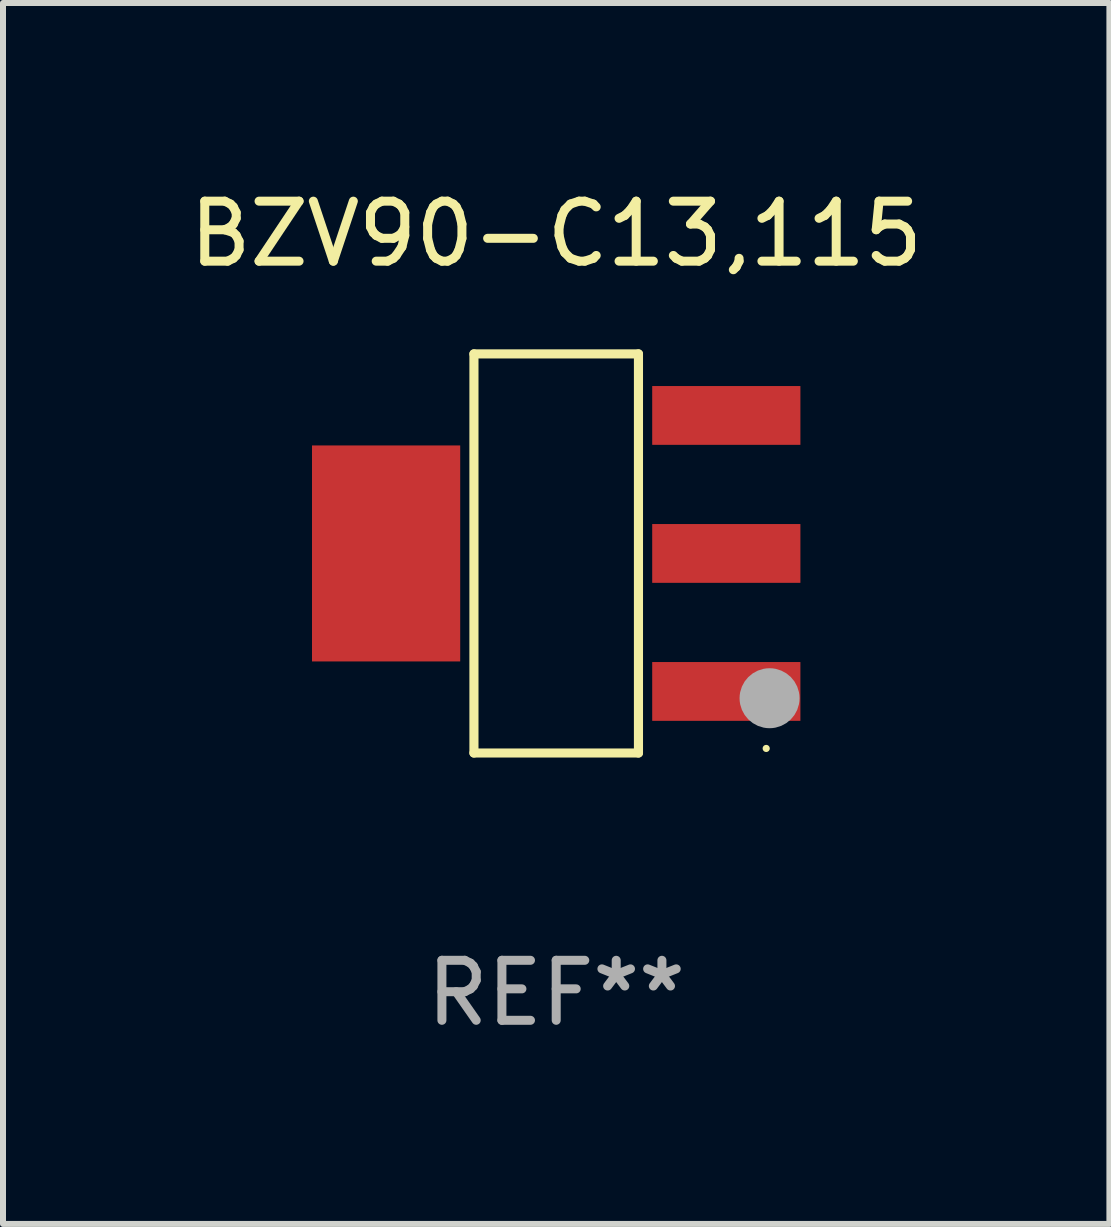
<source format=kicad_pcb>
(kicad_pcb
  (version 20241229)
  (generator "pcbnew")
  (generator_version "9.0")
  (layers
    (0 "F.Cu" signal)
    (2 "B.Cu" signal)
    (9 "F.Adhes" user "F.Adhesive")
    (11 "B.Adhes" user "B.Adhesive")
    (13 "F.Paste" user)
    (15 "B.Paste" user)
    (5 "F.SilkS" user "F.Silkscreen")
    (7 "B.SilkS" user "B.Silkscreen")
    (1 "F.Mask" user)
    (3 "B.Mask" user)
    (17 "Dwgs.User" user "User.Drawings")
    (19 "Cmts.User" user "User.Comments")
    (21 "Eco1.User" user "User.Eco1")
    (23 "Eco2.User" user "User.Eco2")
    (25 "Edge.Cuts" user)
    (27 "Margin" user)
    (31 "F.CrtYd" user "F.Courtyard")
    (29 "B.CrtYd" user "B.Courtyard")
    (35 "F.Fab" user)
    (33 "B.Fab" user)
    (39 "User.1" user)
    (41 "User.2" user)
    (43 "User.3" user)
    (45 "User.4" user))
  (footprint "BZV90-C13,115"
    (layer "F.Cu")
    (at 6.22 6.174)
    (property "Reference" "BZV90-C13,115" (at 0 -5.326 0) (layer "F.SilkS") (effects (font (size 1 1) (thickness 0.15))))
    (attr through_hole)
    (fp_line (start -1.371 -3.326) (end 1.371 -3.326) (stroke (width 0.152) (type solid)) (layer "F.SilkS"))
    (fp_line (start -1.371 3.326) (end -1.371 -3.326) (stroke (width 0.152) (type solid)) (layer "F.SilkS"))
    (fp_line (start 1.371 -3.326) (end 1.371 3.326) (stroke (width 0.152) (type solid)) (layer "F.SilkS"))
    (fp_line (start 1.371 3.326) (end -1.371 3.326) (stroke (width 0.152) (type solid)) (layer "F.SilkS"))
    (fp_circle (center 3.5 3.25) (end 3.53 3.25) (stroke (width 0.06) (type solid)) (fill no) (layer "F.SilkS"))
    (fp_circle (center 3.556 2.413) (end 3.806 2.413) (stroke (width 0.5) (type solid)) (fill no) (layer "F.Fab"))
    (fp_text user "REF**" (at 0 7.326 0) (layer "F.Fab") (effects (font (size 1 1) (thickness 0.15))))
    (pad "1" smd rect (at 2.835 2.3) (size 2.47 0.98) (layers "F.Cu" "F.Mask" "F.Paste"))
    (pad "2" smd rect (at 2.835 0) (size 2.47 0.98) (layers "F.Cu" "F.Mask" "F.Paste"))
    (pad "3" smd rect (at 2.835 -2.3) (size 2.47 0.98) (layers "F.Cu" "F.Mask" "F.Paste"))
    (pad "4" smd rect (at -2.835 0) (size 2.47 3.6) (layers "F.Cu" "F.Mask" "F.Paste")))
  (gr_rect
    (start -3 -3)
    (end 15.44 17.349)
    (stroke (width 0.1) (type default))
    (fill no)
    (layer "Edge.Cuts")))
</source>
